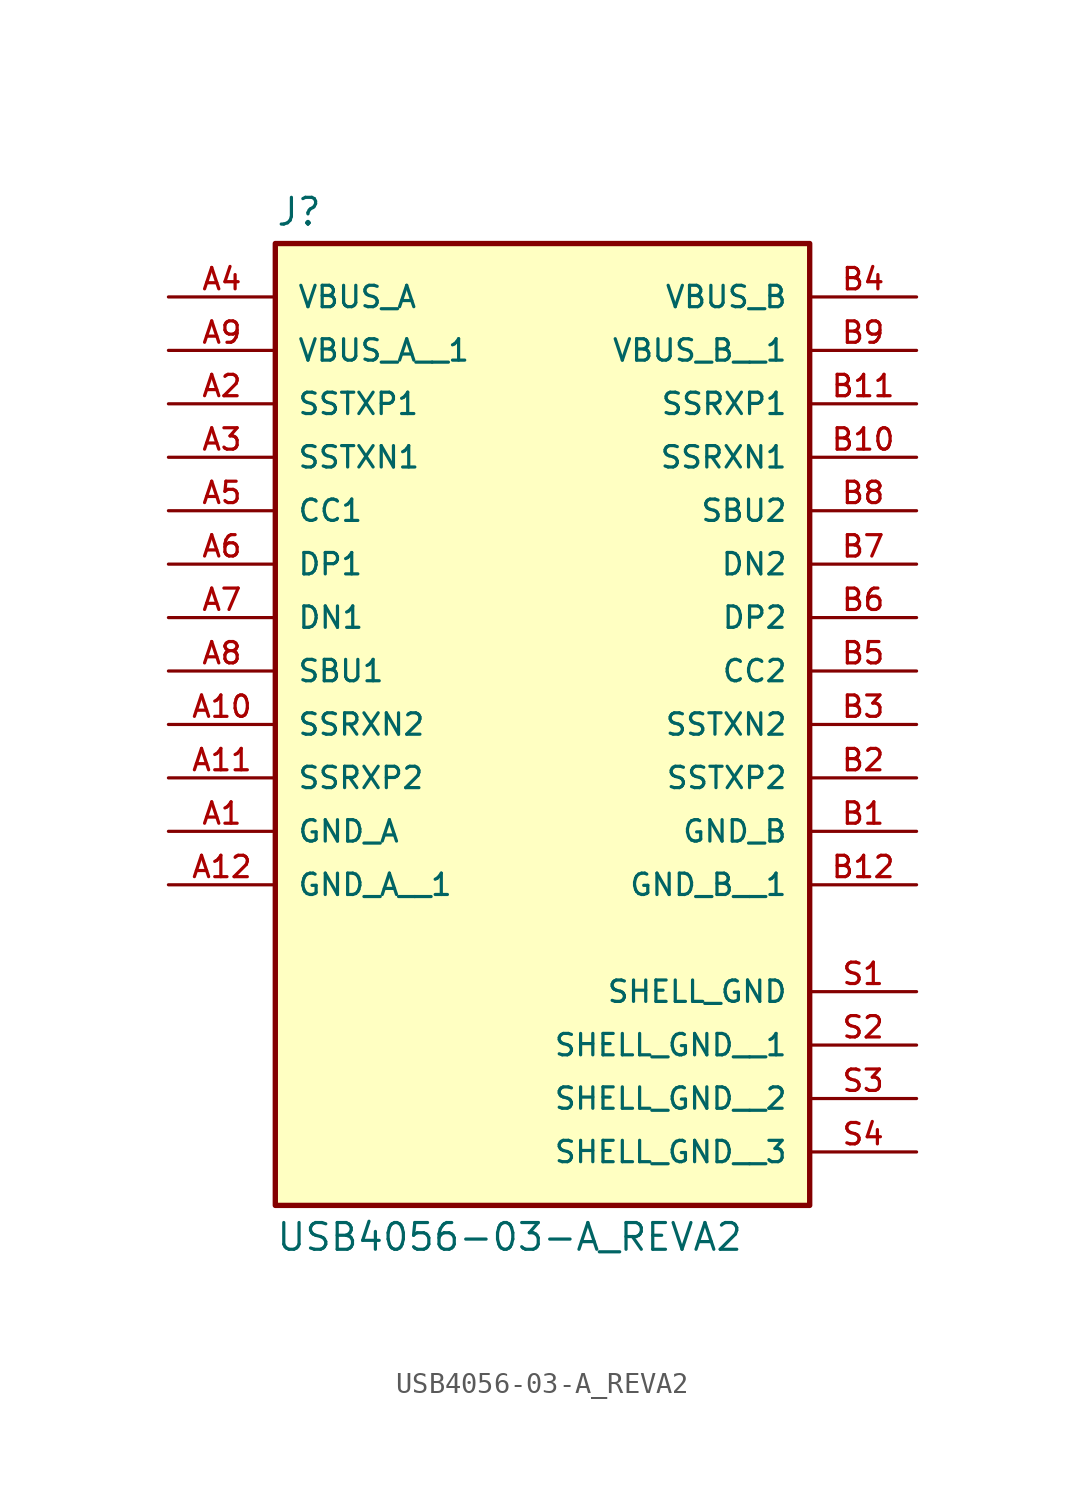
<source format=kicad_sym>
(kicad_symbol_lib
  (version 20211014)
  (generator kicad_symbol_editor)
  (symbol "USB4056-03-A_REVA2"
    (pin_names
      (offset 1.016))
    (property "Reference" "J"
      (at -12.7 16.002 0)
      (effects (font (size 1.27 1.27)) (justify bottom left)))
    (property "Value" "USB4056-03-A_REVA2"
      (at -12.7 -31.242 0.0)
      (effects (font (size 1.27 1.27)) (justify top left)))
    (symbol "USB4056-03-A_REVA2_0_0"
      (rectangle (start -12.7 -30.48) (end 12.7 15.24) (stroke (width 0.254)) (fill (type background)))
      (pin power_in line (at -17.78 -12.7 0) (length 5.08) (name "GND_A" (effects (font (size 1.016 1.016)))) (number "A1" (effects (font (size 1.016 1.016)))))
      (pin bidirectional line (at -17.78 5.08 0) (length 5.08) (name "SSTXN1" (effects (font (size 1.016 1.016)))) (number "A3" (effects (font (size 1.016 1.016)))))
      (pin bidirectional line (at -17.78 7.62 0) (length 5.08) (name "SSTXP1" (effects (font (size 1.016 1.016)))) (number "A2" (effects (font (size 1.016 1.016)))))
      (pin power_in line (at -17.78 12.7 0) (length 5.08) (name "VBUS_A" (effects (font (size 1.016 1.016)))) (number "A4" (effects (font (size 1.016 1.016)))))
      (pin bidirectional line (at -17.78 0.0 0) (length 5.08) (name "DP1" (effects (font (size 1.016 1.016)))) (number "A6" (effects (font (size 1.016 1.016)))))
      (pin bidirectional line (at -17.78 2.54 0) (length 5.08) (name "CC1" (effects (font (size 1.016 1.016)))) (number "A5" (effects (font (size 1.016 1.016)))))
      (pin bidirectional line (at -17.78 -5.08 0) (length 5.08) (name "SBU1" (effects (font (size 1.016 1.016)))) (number "A8" (effects (font (size 1.016 1.016)))))
      (pin bidirectional line (at -17.78 -2.54 0) (length 5.08) (name "DN1" (effects (font (size 1.016 1.016)))) (number "A7" (effects (font (size 1.016 1.016)))))
      (pin bidirectional line (at -17.78 -7.62 0) (length 5.08) (name "SSRXN2" (effects (font (size 1.016 1.016)))) (number "A10" (effects (font (size 1.016 1.016)))))
      (pin bidirectional line (at -17.78 -10.16 0) (length 5.08) (name "SSRXP2" (effects (font (size 1.016 1.016)))) (number "A11" (effects (font (size 1.016 1.016)))))
      (pin power_in line (at 17.78 -20.32 180.0) (length 5.08) (name "SHELL_GND" (effects (font (size 1.016 1.016)))) (number "S1" (effects (font (size 1.016 1.016)))))
      (pin power_in line (at 17.78 -12.7 180.0) (length 5.08) (name "GND_B" (effects (font (size 1.016 1.016)))) (number "B1" (effects (font (size 1.016 1.016)))))
      (pin bidirectional line (at 17.78 -7.62 180.0) (length 5.08) (name "SSTXN2" (effects (font (size 1.016 1.016)))) (number "B3" (effects (font (size 1.016 1.016)))))
      (pin bidirectional line (at 17.78 -10.16 180.0) (length 5.08) (name "SSTXP2" (effects (font (size 1.016 1.016)))) (number "B2" (effects (font (size 1.016 1.016)))))
      (pin power_in line (at 17.78 12.7 180.0) (length 5.08) (name "VBUS_B" (effects (font (size 1.016 1.016)))) (number "B4" (effects (font (size 1.016 1.016)))))
      (pin bidirectional line (at 17.78 -2.54 180.0) (length 5.08) (name "DP2" (effects (font (size 1.016 1.016)))) (number "B6" (effects (font (size 1.016 1.016)))))
      (pin bidirectional line (at 17.78 -5.08 180.0) (length 5.08) (name "CC2" (effects (font (size 1.016 1.016)))) (number "B5" (effects (font (size 1.016 1.016)))))
      (pin bidirectional line (at 17.78 2.54 180.0) (length 5.08) (name "SBU2" (effects (font (size 1.016 1.016)))) (number "B8" (effects (font (size 1.016 1.016)))))
      (pin bidirectional line (at 17.78 0.0 180.0) (length 5.08) (name "DN2" (effects (font (size 1.016 1.016)))) (number "B7" (effects (font (size 1.016 1.016)))))
      (pin bidirectional line (at 17.78 5.08 180.0) (length 5.08) (name "SSRXN1" (effects (font (size 1.016 1.016)))) (number "B10" (effects (font (size 1.016 1.016)))))
      (pin bidirectional line (at 17.78 7.62 180.0) (length 5.08) (name "SSRXP1" (effects (font (size 1.016 1.016)))) (number "B11" (effects (font (size 1.016 1.016)))))
      (pin power_in line (at -17.78 10.16 0) (length 5.08) (name "VBUS_A__1" (effects (font (size 1.016 1.016)))) (number "A9" (effects (font (size 1.016 1.016)))))
      (pin power_in line (at -17.78 -15.24 0) (length 5.08) (name "GND_A__1" (effects (font (size 1.016 1.016)))) (number "A12" (effects (font (size 1.016 1.016)))))
      (pin power_in line (at 17.78 10.16 180.0) (length 5.08) (name "VBUS_B__1" (effects (font (size 1.016 1.016)))) (number "B9" (effects (font (size 1.016 1.016)))))
      (pin power_in line (at 17.78 -15.24 180.0) (length 5.08) (name "GND_B__1" (effects (font (size 1.016 1.016)))) (number "B12" (effects (font (size 1.016 1.016)))))
      (pin power_in line (at 17.78 -22.86 180.0) (length 5.08) (name "SHELL_GND__1" (effects (font (size 1.016 1.016)))) (number "S2" (effects (font (size 1.016 1.016)))))
      (pin power_in line (at 17.78 -25.4 180.0) (length 5.08) (name "SHELL_GND__2" (effects (font (size 1.016 1.016)))) (number "S3" (effects (font (size 1.016 1.016)))))
      (pin power_in line (at 17.78 -27.94 180.0) (length 5.08) (name "SHELL_GND__3" (effects (font (size 1.016 1.016)))) (number "S4" (effects (font (size 1.016 1.016))))))))
</source>
